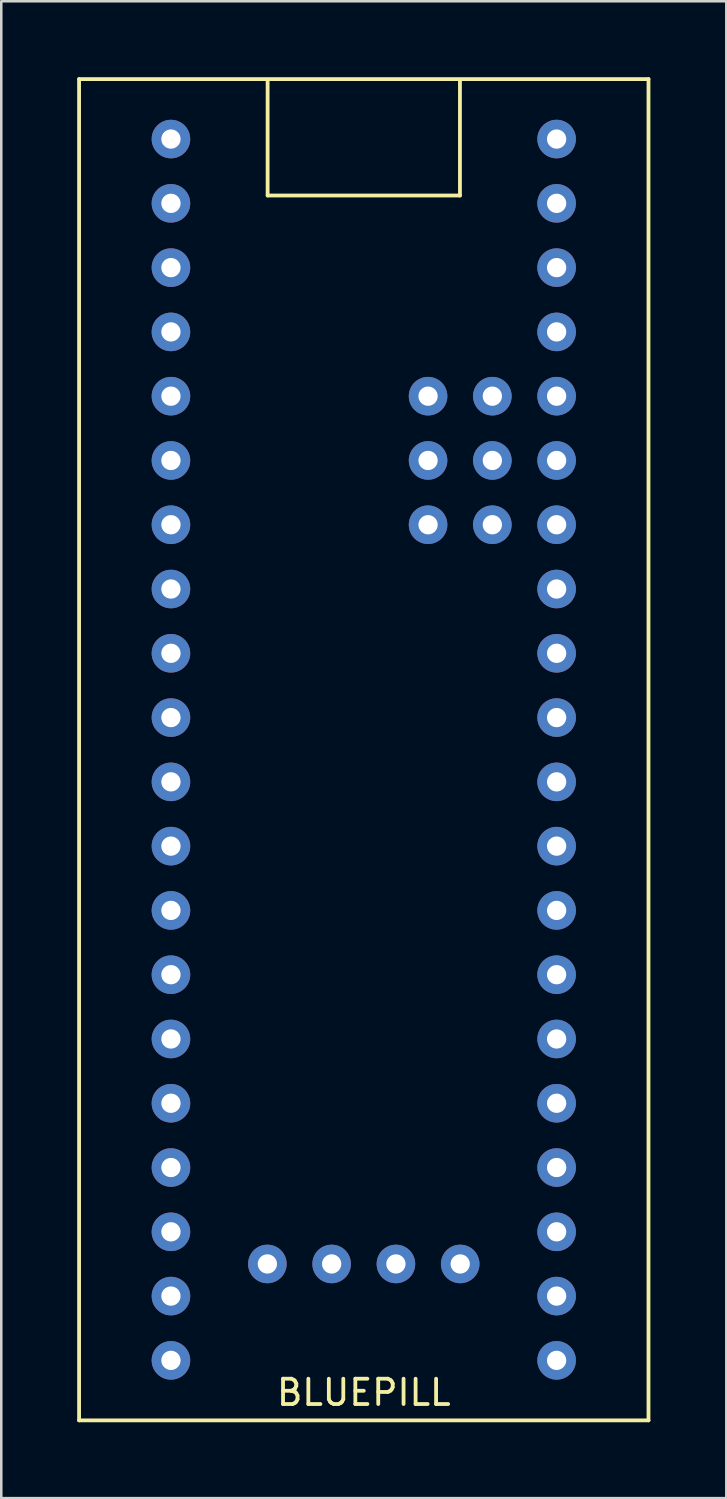
<source format=kicad_pcb>
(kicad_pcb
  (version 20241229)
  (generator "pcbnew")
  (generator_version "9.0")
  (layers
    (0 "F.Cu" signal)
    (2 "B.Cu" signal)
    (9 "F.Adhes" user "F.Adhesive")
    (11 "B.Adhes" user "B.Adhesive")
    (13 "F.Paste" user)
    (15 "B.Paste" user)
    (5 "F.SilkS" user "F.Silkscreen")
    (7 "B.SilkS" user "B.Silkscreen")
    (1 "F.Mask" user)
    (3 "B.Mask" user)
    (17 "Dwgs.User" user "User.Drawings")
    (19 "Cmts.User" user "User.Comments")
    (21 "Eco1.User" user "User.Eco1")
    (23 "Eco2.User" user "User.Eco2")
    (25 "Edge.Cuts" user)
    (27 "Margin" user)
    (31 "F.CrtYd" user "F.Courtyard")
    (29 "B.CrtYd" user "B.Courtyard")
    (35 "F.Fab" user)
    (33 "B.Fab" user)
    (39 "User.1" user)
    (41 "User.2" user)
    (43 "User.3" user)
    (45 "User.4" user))
  (footprint "BLUEPILL"
    (layer "F.Cu")
    (at 11.325 26.575)
    (property "Reference" "BLUEPILL" (at 0 25.4 0) (layer "F.SilkS") (effects (font (size 1 1) (thickness 0.15))))
    (attr through_hole)
    (fp_line (start -11.25 -26.5) (end 11.25 -26.5) (stroke (width 0.15) (type solid)) (layer "F.SilkS"))
    (fp_line (start -11.25 26.5) (end -11.25 -26.5) (stroke (width 0.15) (type solid)) (layer "F.SilkS"))
    (fp_line (start -3.8 -26.4) (end -3.8 -21.9) (stroke (width 0.15) (type solid)) (layer "F.SilkS"))
    (fp_line (start -3.8 -21.9) (end 3.8 -21.9) (stroke (width 0.15) (type solid)) (layer "F.SilkS"))
    (fp_line (start 3.8 -21.9) (end 3.8 -26.4) (stroke (width 0.15) (type solid)) (layer "F.SilkS"))
    (fp_line (start 11.25 -26.5) (end 11.25 26.5) (stroke (width 0.15) (type solid)) (layer "F.SilkS"))
    (fp_line (start 11.25 26.5) (end -11.25 26.5) (stroke (width 0.15) (type solid)) (layer "F.SilkS"))
    (pad "3V3" thru_hole circle (at -7.62 24.13) (size 1.524 1.524) (drill 0.762) (layers "*.Cu" "*.Mask"))
    (pad "3V3" thru_hole circle (at -3.81 20.32) (size 1.524 1.524) (drill 0.762) (layers "*.Cu" "*.Mask"))
    (pad "3V3" thru_hole circle (at 2.54 -8.89) (size 1.524 1.524) (drill 0.762) (layers "*.Cu" "*.Mask"))
    (pad "3V3" thru_hole circle (at 5.08 -8.89) (size 1.524 1.524) (drill 0.762) (layers "*.Cu" "*.Mask"))
    (pad "3V3" thru_hole circle (at 7.62 -19.05) (size 1.524 1.524) (drill 0.762) (layers "*.Cu" "*.Mask"))
    (pad "5V" thru_hole circle (at -7.62 19.05) (size 1.524 1.524) (drill 0.762) (layers "*.Cu" "*.Mask"))
    (pad "BOOT" thru_hole circle (at 5.08 -11.43) (size 1.524 1.524) (drill 0.762) (layers "*.Cu" "*.Mask"))
    (pad "G" thru_hole circle (at -7.62 21.59) (size 1.524 1.524) (drill 0.762) (layers "*.Cu" "*.Mask"))
    (pad "G" thru_hole circle (at 2.54 -13.97) (size 1.524 1.524) (drill 0.762) (layers "*.Cu" "*.Mask"))
    (pad "G" thru_hole circle (at 3.81 20.32) (size 1.524 1.524) (drill 0.762) (layers "*.Cu" "*.Mask"))
    (pad "G" thru_hole circle (at 5.08 -13.97) (size 1.524 1.524) (drill 0.762) (layers "*.Cu" "*.Mask"))
    (pad "G" thru_hole circle (at 7.62 -24.13) (size 1.524 1.524) (drill 0.762) (layers "*.Cu" "*.Mask"))
    (pad "G" thru_hole circle (at 7.62 -21.59) (size 1.524 1.524) (drill 0.762) (layers "*.Cu" "*.Mask"))
    (pad "NRST" thru_hole circle (at 7.62 -16.51) (size 1.524 1.524) (drill 0.762) (layers "*.Cu" "*.Mask"))
    (pad "PA0" thru_hole circle (at 7.62 13.97) (size 1.524 1.524) (drill 0.762) (layers "*.Cu" "*.Mask"))
    (pad "PA1" thru_hole circle (at 7.62 11.43) (size 1.524 1.524) (drill 0.762) (layers "*.Cu" "*.Mask"))
    (pad "PA2" thru_hole circle (at 7.62 8.89) (size 1.524 1.524) (drill 0.762) (layers "*.Cu" "*.Mask"))
    (pad "PA3" thru_hole circle (at 7.62 6.35) (size 1.524 1.524) (drill 0.762) (layers "*.Cu" "*.Mask"))
    (pad "PA4" thru_hole circle (at 7.62 3.81) (size 1.524 1.524) (drill 0.762) (layers "*.Cu" "*.Mask"))
    (pad "PA5" thru_hole circle (at 7.62 1.27) (size 1.524 1.524) (drill 0.762) (layers "*.Cu" "*.Mask"))
    (pad "PA6" thru_hole circle (at 7.62 -1.27) (size 1.524 1.524) (drill 0.762) (layers "*.Cu" "*.Mask"))
    (pad "PA7" thru_hole circle (at 7.62 -3.81) (size 1.524 1.524) (drill 0.762) (layers "*.Cu" "*.Mask"))
    (pad "PA8" thru_hole circle (at -7.62 -13.97) (size 1.524 1.524) (drill 0.762) (layers "*.Cu" "*.Mask"))
    (pad "PA9" thru_hole circle (at -7.62 -11.43) (size 1.524 1.524) (drill 0.762) (layers "*.Cu" "*.Mask"))
    (pad "PA10" thru_hole circle (at -7.62 -8.89) (size 1.524 1.524) (drill 0.762) (layers "*.Cu" "*.Mask"))
    (pad "PA11" thru_hole circle (at -7.62 -6.35) (size 1.524 1.524) (drill 0.762) (layers "*.Cu" "*.Mask"))
    (pad "PA12" thru_hole circle (at -7.62 -3.81) (size 1.524 1.524) (drill 0.762) (layers "*.Cu" "*.Mask"))
    (pad "PA13" thru_hole circle (at -1.27 20.32) (size 1.524 1.524) (drill 0.762) (layers "*.Cu" "*.Mask"))
    (pad "PA14" thru_hole circle (at 1.27 20.32) (size 1.524 1.524) (drill 0.762) (layers "*.Cu" "*.Mask"))
    (pad "PA15" thru_hole circle (at -7.62 -1.27) (size 1.524 1.524) (drill 0.762) (layers "*.Cu" "*.Mask"))
    (pad "PB0" thru_hole circle (at 7.62 -6.35) (size 1.524 1.524) (drill 0.762) (layers "*.Cu" "*.Mask"))
    (pad "PB1" thru_hole circle (at 7.62 -8.89) (size 1.524 1.524) (drill 0.762) (layers "*.Cu" "*.Mask"))
    (pad "PB2" thru_hole circle (at 2.54 -11.43) (size 1.524 1.524) (drill 0.762) (layers "*.Cu" "*.Mask"))
    (pad "PB3" thru_hole circle (at -7.62 1.27) (size 1.524 1.524) (drill 0.762) (layers "*.Cu" "*.Mask"))
    (pad "PB4" thru_hole circle (at -7.62 3.81) (size 1.524 1.524) (drill 0.762) (layers "*.Cu" "*.Mask"))
    (pad "PB5" thru_hole circle (at -7.62 6.35) (size 1.524 1.524) (drill 0.762) (layers "*.Cu" "*.Mask"))
    (pad "PB6" thru_hole circle (at -7.62 8.89) (size 1.524 1.524) (drill 0.762) (layers "*.Cu" "*.Mask"))
    (pad "PB7" thru_hole circle (at -7.62 11.43) (size 1.524 1.524) (drill 0.762) (layers "*.Cu" "*.Mask"))
    (pad "PB8" thru_hole circle (at -7.62 13.97) (size 1.524 1.524) (drill 0.762) (layers "*.Cu" "*.Mask"))
    (pad "PB9" thru_hole circle (at -7.62 16.51) (size 1.524 1.524) (drill 0.762) (layers "*.Cu" "*.Mask"))
    (pad "PB10" thru_hole circle (at 7.62 -11.43) (size 1.524 1.524) (drill 0.762) (layers "*.Cu" "*.Mask"))
    (pad "PB11" thru_hole circle (at 7.62 -13.97) (size 1.524 1.524) (drill 0.762) (layers "*.Cu" "*.Mask"))
    (pad "PB12" thru_hole circle (at -7.62 -24.13) (size 1.524 1.524) (drill 0.762) (layers "*.Cu" "*.Mask"))
    (pad "PB13" thru_hole circle (at -7.62 -21.59) (size 1.524 1.524) (drill 0.762) (layers "*.Cu" "*.Mask"))
    (pad "PB14" thru_hole circle (at -7.62 -19.05) (size 1.524 1.524) (drill 0.762) (layers "*.Cu" "*.Mask"))
    (pad "PB15" thru_hole circle (at -7.62 -16.51) (size 1.524 1.524) (drill 0.762) (layers "*.Cu" "*.Mask"))
    (pad "PC13" thru_hole circle (at 7.62 21.59) (size 1.524 1.524) (drill 0.762) (layers "*.Cu" "*.Mask"))
    (pad "PC14" thru_hole circle (at 7.62 19.05) (size 1.524 1.524) (drill 0.762) (layers "*.Cu" "*.Mask"))
    (pad "PC15" thru_hole circle (at 7.62 16.51) (size 1.524 1.524) (drill 0.762) (layers "*.Cu" "*.Mask"))
    (pad "VBAT" thru_hole circle (at 7.62 24.13) (size 1.524 1.524) (drill 0.762) (layers "*.Cu" "*.Mask")))
  (gr_rect
    (start -3 -3)
    (end 25.65 56.15)
    (stroke (width 0.1) (type default))
    (fill no)
    (layer "Edge.Cuts")))
</source>
